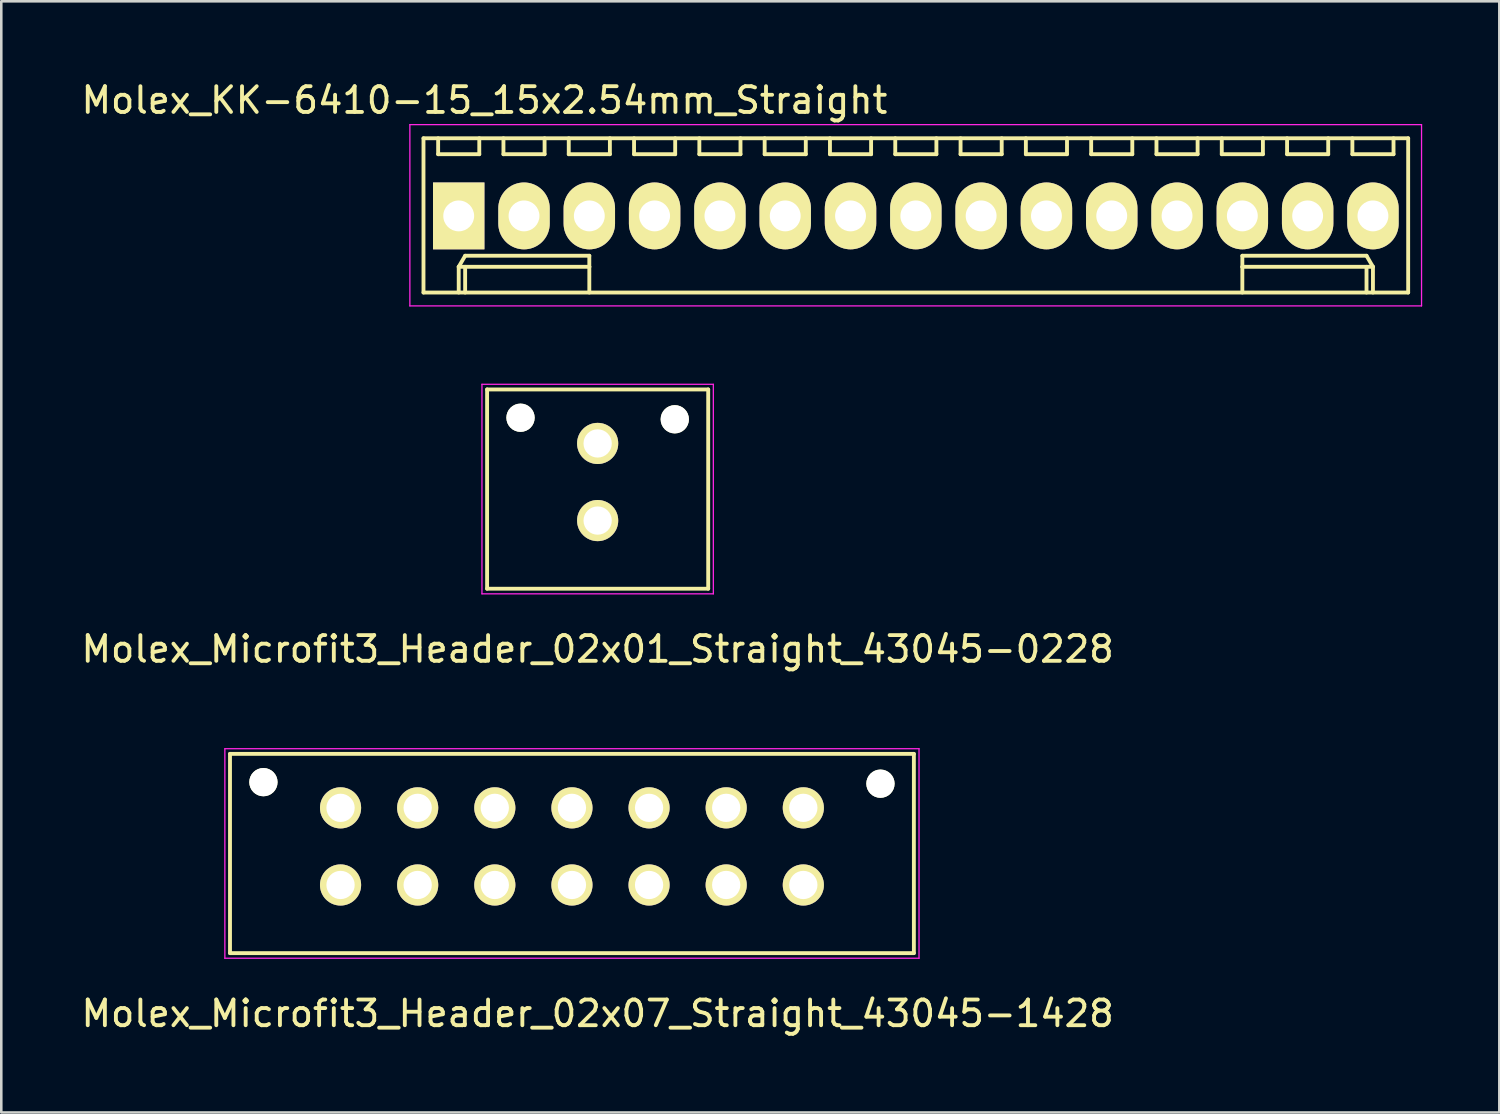
<source format=kicad_pcb>
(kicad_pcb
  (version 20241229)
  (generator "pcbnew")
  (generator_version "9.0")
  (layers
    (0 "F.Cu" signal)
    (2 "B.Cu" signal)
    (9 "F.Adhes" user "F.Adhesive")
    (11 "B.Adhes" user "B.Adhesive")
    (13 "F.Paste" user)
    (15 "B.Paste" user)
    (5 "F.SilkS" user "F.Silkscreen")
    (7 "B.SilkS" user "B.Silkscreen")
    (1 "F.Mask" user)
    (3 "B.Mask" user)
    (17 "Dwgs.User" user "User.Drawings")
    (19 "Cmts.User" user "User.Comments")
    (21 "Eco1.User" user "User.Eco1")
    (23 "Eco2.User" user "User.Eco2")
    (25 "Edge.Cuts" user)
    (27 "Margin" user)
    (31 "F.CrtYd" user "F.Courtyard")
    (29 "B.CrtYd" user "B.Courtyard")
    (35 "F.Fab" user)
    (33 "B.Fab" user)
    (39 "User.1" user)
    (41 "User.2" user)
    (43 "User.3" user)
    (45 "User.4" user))
  (footprint "Molex_Microfit3_Header_02x01_Straight_43045-0228"
    (layer "F.Cu")
    (at 20.196 17.198)
    (property "Reference" "Molex_Microfit3_Header_02x01_Straight_43045-0228" (at 0 5 0) (layer "F.SilkS") (effects (font (size 1 1) (thickness 0.15))))
    (attr through_hole)
    (fp_line (start -4.3 2.65) (end -4.3 -5.1) (stroke (width 0.15) (type solid)) (layer "F.SilkS"))
    (fp_line (start 4.3 -5.1) (end -4.3 -5.1) (stroke (width 0.15) (type solid)) (layer "F.SilkS"))
    (fp_line (start 4.3 2.65) (end -4.3 2.65) (stroke (width 0.15) (type solid)) (layer "F.SilkS"))
    (fp_line (start 4.3 2.65) (end 4.3 -5.1) (stroke (width 0.15) (type solid)) (layer "F.SilkS"))
    (fp_line (start -4.5 2.85) (end -4.5 -5.3) (stroke (width 0.05) (type solid)) (layer "F.CrtYd"))
    (fp_line (start 4.5 -5.3) (end -4.5 -5.3) (stroke (width 0.05) (type solid)) (layer "F.CrtYd"))
    (fp_line (start 4.5 2.85) (end -4.5 2.85) (stroke (width 0.05) (type solid)) (layer "F.CrtYd"))
    (fp_line (start 4.5 2.85) (end 4.5 -5.3) (stroke (width 0.05) (type solid)) (layer "F.CrtYd"))
    (pad "" np_thru_hole circle (at -3 -4) (size 1.1 1.1) (drill 1.1) (layers "*.Cu" "*.Mask" "F.SilkS"))
    (pad "" np_thru_hole circle (at 3 -3.94) (size 1.1 1.1) (drill 1.1) (layers "*.Cu" "*.Mask" "F.SilkS"))
    (pad "1" thru_hole circle (at 0 0) (size 1.6 1.6) (drill 1.1) (layers "*.Cu" "*.Mask" "F.SilkS"))
    (pad "2" thru_hole circle (at 0 -3) (size 1.6 1.6) (drill 1.1) (layers "*.Cu" "*.Mask" "F.SilkS")))
  (footprint "Molex_KK-6410-15_15x2.54mm_Straight"
    (layer "F.Cu")
    (at 14.792 5.348)
    (property "Reference" "Molex_KK-6410-15_15x2.54mm_Straight" (at 1 -4.5 0) (layer "F.SilkS") (effects (font (size 1 1) (thickness 0.15))))
    (attr through_hole)
    (fp_line (start -1.37 -3.02) (end -1.37 2.98) (stroke (width 0.15) (type solid)) (layer "F.SilkS"))
    (fp_line (start -1.37 2.98) (end 36.93 2.98) (stroke (width 0.15) (type solid)) (layer "F.SilkS"))
    (fp_line (start -0.8 -3.02) (end -0.8 -2.4) (stroke (width 0.15) (type solid)) (layer "F.SilkS"))
    (fp_line (start -0.8 -2.4) (end 0.8 -2.4) (stroke (width 0.15) (type solid)) (layer "F.SilkS"))
    (fp_line (start 0 1.98) (end 0.25 1.55) (stroke (width 0.15) (type solid)) (layer "F.SilkS"))
    (fp_line (start 0 1.98) (end 5.08 1.98) (stroke (width 0.15) (type solid)) (layer "F.SilkS"))
    (fp_line (start 0 2.98) (end 0 1.98) (stroke (width 0.15) (type solid)) (layer "F.SilkS"))
    (fp_line (start 0.25 1.55) (end 5.08 1.55) (stroke (width 0.15) (type solid)) (layer "F.SilkS"))
    (fp_line (start 0.25 2.98) (end 0.25 1.98) (stroke (width 0.15) (type solid)) (layer "F.SilkS"))
    (fp_line (start 0.8 -2.4) (end 0.8 -3.02) (stroke (width 0.15) (type solid)) (layer "F.SilkS"))
    (fp_line (start 1.74 -3.02) (end 1.74 -2.4) (stroke (width 0.15) (type solid)) (layer "F.SilkS"))
    (fp_line (start 1.74 -2.4) (end 3.34 -2.4) (stroke (width 0.15) (type solid)) (layer "F.SilkS"))
    (fp_line (start 3.34 -2.4) (end 3.34 -3.02) (stroke (width 0.15) (type solid)) (layer "F.SilkS"))
    (fp_line (start 4.28 -3.02) (end 4.28 -2.4) (stroke (width 0.15) (type solid)) (layer "F.SilkS"))
    (fp_line (start 4.28 -2.4) (end 5.88 -2.4) (stroke (width 0.15) (type solid)) (layer "F.SilkS"))
    (fp_line (start 5.08 1.55) (end 5.08 1.98) (stroke (width 0.15) (type solid)) (layer "F.SilkS"))
    (fp_line (start 5.08 1.98) (end 5.08 2.98) (stroke (width 0.15) (type solid)) (layer "F.SilkS"))
    (fp_line (start 5.88 -2.4) (end 5.88 -3.02) (stroke (width 0.15) (type solid)) (layer "F.SilkS"))
    (fp_line (start 6.82 -3.02) (end 6.82 -2.4) (stroke (width 0.15) (type solid)) (layer "F.SilkS"))
    (fp_line (start 6.82 -2.4) (end 8.42 -2.4) (stroke (width 0.15) (type solid)) (layer "F.SilkS"))
    (fp_line (start 8.42 -2.4) (end 8.42 -3.02) (stroke (width 0.15) (type solid)) (layer "F.SilkS"))
    (fp_line (start 9.36 -3.02) (end 9.36 -2.4) (stroke (width 0.15) (type solid)) (layer "F.SilkS"))
    (fp_line (start 9.36 -2.4) (end 10.96 -2.4) (stroke (width 0.15) (type solid)) (layer "F.SilkS"))
    (fp_line (start 10.96 -2.4) (end 10.96 -3.02) (stroke (width 0.15) (type solid)) (layer "F.SilkS"))
    (fp_line (start 11.9 -3.02) (end 11.9 -2.4) (stroke (width 0.15) (type solid)) (layer "F.SilkS"))
    (fp_line (start 11.9 -2.4) (end 13.5 -2.4) (stroke (width 0.15) (type solid)) (layer "F.SilkS"))
    (fp_line (start 13.5 -2.4) (end 13.5 -3.02) (stroke (width 0.15) (type solid)) (layer "F.SilkS"))
    (fp_line (start 14.44 -3.02) (end 14.44 -2.4) (stroke (width 0.15) (type solid)) (layer "F.SilkS"))
    (fp_line (start 14.44 -2.4) (end 16.04 -2.4) (stroke (width 0.15) (type solid)) (layer "F.SilkS"))
    (fp_line (start 16.04 -2.4) (end 16.04 -3.02) (stroke (width 0.15) (type solid)) (layer "F.SilkS"))
    (fp_line (start 16.98 -3.02) (end 16.98 -2.4) (stroke (width 0.15) (type solid)) (layer "F.SilkS"))
    (fp_line (start 16.98 -2.4) (end 18.58 -2.4) (stroke (width 0.15) (type solid)) (layer "F.SilkS"))
    (fp_line (start 18.58 -2.4) (end 18.58 -3.02) (stroke (width 0.15) (type solid)) (layer "F.SilkS"))
    (fp_line (start 19.52 -3.02) (end 19.52 -2.4) (stroke (width 0.15) (type solid)) (layer "F.SilkS"))
    (fp_line (start 19.52 -2.4) (end 21.12 -2.4) (stroke (width 0.15) (type solid)) (layer "F.SilkS"))
    (fp_line (start 21.12 -2.4) (end 21.12 -3.02) (stroke (width 0.15) (type solid)) (layer "F.SilkS"))
    (fp_line (start 22.06 -3.02) (end 22.06 -2.4) (stroke (width 0.15) (type solid)) (layer "F.SilkS"))
    (fp_line (start 22.06 -2.4) (end 23.66 -2.4) (stroke (width 0.15) (type solid)) (layer "F.SilkS"))
    (fp_line (start 23.66 -2.4) (end 23.66 -3.02) (stroke (width 0.15) (type solid)) (layer "F.SilkS"))
    (fp_line (start 24.6 -3.02) (end 24.6 -2.4) (stroke (width 0.15) (type solid)) (layer "F.SilkS"))
    (fp_line (start 24.6 -2.4) (end 26.2 -2.4) (stroke (width 0.15) (type solid)) (layer "F.SilkS"))
    (fp_line (start 26.2 -2.4) (end 26.2 -3.02) (stroke (width 0.15) (type solid)) (layer "F.SilkS"))
    (fp_line (start 27.14 -3.02) (end 27.14 -2.4) (stroke (width 0.15) (type solid)) (layer "F.SilkS"))
    (fp_line (start 27.14 -2.4) (end 28.74 -2.4) (stroke (width 0.15) (type solid)) (layer "F.SilkS"))
    (fp_line (start 28.74 -2.4) (end 28.74 -3.02) (stroke (width 0.15) (type solid)) (layer "F.SilkS"))
    (fp_line (start 29.68 -3.02) (end 29.68 -2.4) (stroke (width 0.15) (type solid)) (layer "F.SilkS"))
    (fp_line (start 29.68 -2.4) (end 31.28 -2.4) (stroke (width 0.15) (type solid)) (layer "F.SilkS"))
    (fp_line (start 30.48 1.55) (end 30.48 1.98) (stroke (width 0.15) (type solid)) (layer "F.SilkS"))
    (fp_line (start 30.48 1.98) (end 30.48 2.98) (stroke (width 0.15) (type solid)) (layer "F.SilkS"))
    (fp_line (start 31.28 -2.4) (end 31.28 -3.02) (stroke (width 0.15) (type solid)) (layer "F.SilkS"))
    (fp_line (start 32.22 -3.02) (end 32.22 -2.4) (stroke (width 0.15) (type solid)) (layer "F.SilkS"))
    (fp_line (start 32.22 -2.4) (end 33.82 -2.4) (stroke (width 0.15) (type solid)) (layer "F.SilkS"))
    (fp_line (start 33.82 -2.4) (end 33.82 -3.02) (stroke (width 0.15) (type solid)) (layer "F.SilkS"))
    (fp_line (start 34.76 -3.02) (end 34.76 -2.4) (stroke (width 0.15) (type solid)) (layer "F.SilkS"))
    (fp_line (start 34.76 -2.4) (end 36.36 -2.4) (stroke (width 0.15) (type solid)) (layer "F.SilkS"))
    (fp_line (start 35.31 1.55) (end 30.48 1.55) (stroke (width 0.15) (type solid)) (layer "F.SilkS"))
    (fp_line (start 35.31 2.98) (end 35.31 1.98) (stroke (width 0.15) (type solid)) (layer "F.SilkS"))
    (fp_line (start 35.56 1.98) (end 30.48 1.98) (stroke (width 0.15) (type solid)) (layer "F.SilkS"))
    (fp_line (start 35.56 1.98) (end 35.31 1.55) (stroke (width 0.15) (type solid)) (layer "F.SilkS"))
    (fp_line (start 35.56 2.98) (end 35.56 1.98) (stroke (width 0.15) (type solid)) (layer "F.SilkS"))
    (fp_line (start 36.36 -2.4) (end 36.36 -3.02) (stroke (width 0.15) (type solid)) (layer "F.SilkS"))
    (fp_line (start 36.93 -3.02) (end -1.37 -3.02) (stroke (width 0.15) (type solid)) (layer "F.SilkS"))
    (fp_line (start 36.93 2.98) (end 36.93 -3.02) (stroke (width 0.15) (type solid)) (layer "F.SilkS"))
    (fp_line (start -1.9 -3.55) (end 37.45 -3.55) (stroke (width 0.05) (type solid)) (layer "F.CrtYd"))
    (fp_line (start -1.9 3.5) (end -1.9 -3.55) (stroke (width 0.05) (type solid)) (layer "F.CrtYd"))
    (fp_line (start 37.45 -3.55) (end 37.45 3.5) (stroke (width 0.05) (type solid)) (layer "F.CrtYd"))
    (fp_line (start 37.45 3.5) (end -1.9 3.5) (stroke (width 0.05) (type solid)) (layer "F.CrtYd"))
    (pad "1" thru_hole rect (at 0 0) (size 2 2.6) (drill 1.2) (layers "*.Cu" "*.Mask" "F.SilkS"))
    (pad "2" thru_hole oval (at 2.54 0) (size 2 2.6) (drill 1.2) (layers "*.Cu" "*.Mask" "F.SilkS"))
    (pad "3" thru_hole oval (at 5.08 0) (size 2 2.6) (drill 1.2) (layers "*.Cu" "*.Mask" "F.SilkS"))
    (pad "4" thru_hole oval (at 7.62 0) (size 2 2.6) (drill 1.2) (layers "*.Cu" "*.Mask" "F.SilkS"))
    (pad "5" thru_hole oval (at 10.16 0) (size 2 2.6) (drill 1.2) (layers "*.Cu" "*.Mask" "F.SilkS"))
    (pad "6" thru_hole oval (at 12.7 0) (size 2 2.6) (drill 1.2) (layers "*.Cu" "*.Mask" "F.SilkS"))
    (pad "7" thru_hole oval (at 15.24 0) (size 2 2.6) (drill 1.2) (layers "*.Cu" "*.Mask" "F.SilkS"))
    (pad "8" thru_hole oval (at 17.78 0) (size 2 2.6) (drill 1.2) (layers "*.Cu" "*.Mask" "F.SilkS"))
    (pad "9" thru_hole oval (at 20.32 0) (size 2 2.6) (drill 1.2) (layers "*.Cu" "*.Mask" "F.SilkS"))
    (pad "10" thru_hole oval (at 22.86 0) (size 2 2.6) (drill 1.2) (layers "*.Cu" "*.Mask" "F.SilkS"))
    (pad "11" thru_hole oval (at 25.4 0) (size 2 2.6) (drill 1.2) (layers "*.Cu" "*.Mask" "F.SilkS"))
    (pad "12" thru_hole oval (at 27.94 0) (size 2 2.6) (drill 1.2) (layers "*.Cu" "*.Mask" "F.SilkS"))
    (pad "13" thru_hole oval (at 30.48 0) (size 2 2.6) (drill 1.2) (layers "*.Cu" "*.Mask" "F.SilkS"))
    (pad "14" thru_hole oval (at 33.02 0) (size 2 2.6) (drill 1.2) (layers "*.Cu" "*.Mask" "F.SilkS"))
    (pad "15" thru_hole oval (at 35.56 0) (size 2 2.6) (drill 1.2) (layers "*.Cu" "*.Mask" "F.SilkS")))
  (footprint "Molex_Microfit3_Header_02x07_Straight_43045-1428"
    (layer "F.Cu")
    (at 28.196 31.372)
    (property "Reference" "Molex_Microfit3_Header_02x07_Straight_43045-1428" (at -8 5 0) (layer "F.SilkS") (effects (font (size 1 1) (thickness 0.15))))
    (attr through_hole)
    (fp_line (start -22.3 2.65) (end -22.3 -5.1) (stroke (width 0.15) (type solid)) (layer "F.SilkS"))
    (fp_line (start 4.3 -5.1) (end -22.3 -5.1) (stroke (width 0.15) (type solid)) (layer "F.SilkS"))
    (fp_line (start 4.3 2.65) (end -22.3 2.65) (stroke (width 0.15) (type solid)) (layer "F.SilkS"))
    (fp_line (start 4.3 2.65) (end 4.3 -5.1) (stroke (width 0.15) (type solid)) (layer "F.SilkS"))
    (fp_line (start -22.5 2.85) (end -22.5 -5.3) (stroke (width 0.05) (type solid)) (layer "F.CrtYd"))
    (fp_line (start 4.5 -5.3) (end -22.5 -5.3) (stroke (width 0.05) (type solid)) (layer "F.CrtYd"))
    (fp_line (start 4.5 2.85) (end -22.5 2.85) (stroke (width 0.05) (type solid)) (layer "F.CrtYd"))
    (fp_line (start 4.5 2.85) (end 4.5 -5.3) (stroke (width 0.05) (type solid)) (layer "F.CrtYd"))
    (pad "" np_thru_hole circle (at -21 -4) (size 1.1 1.1) (drill 1.1) (layers "*.Cu" "*.Mask" "F.SilkS"))
    (pad "" np_thru_hole circle (at 3 -3.94) (size 1.1 1.1) (drill 1.1) (layers "*.Cu" "*.Mask" "F.SilkS"))
    (pad "1" thru_hole circle (at 0 0) (size 1.6 1.6) (drill 1.1) (layers "*.Cu" "*.Mask" "F.SilkS"))
    (pad "2" thru_hole circle (at -3 0) (size 1.6 1.6) (drill 1.1) (layers "*.Cu" "*.Mask" "F.SilkS"))
    (pad "3" thru_hole circle (at -6 0) (size 1.6 1.6) (drill 1.1) (layers "*.Cu" "*.Mask" "F.SilkS"))
    (pad "4" thru_hole circle (at -9 0) (size 1.6 1.6) (drill 1.1) (layers "*.Cu" "*.Mask" "F.SilkS"))
    (pad "5" thru_hole circle (at -12 0) (size 1.6 1.6) (drill 1.1) (layers "*.Cu" "*.Mask" "F.SilkS"))
    (pad "6" thru_hole circle (at -15 0) (size 1.6 1.6) (drill 1.1) (layers "*.Cu" "*.Mask" "F.SilkS"))
    (pad "7" thru_hole circle (at -18 0) (size 1.6 1.6) (drill 1.1) (layers "*.Cu" "*.Mask" "F.SilkS"))
    (pad "8" thru_hole circle (at 0 -3) (size 1.6 1.6) (drill 1.1) (layers "*.Cu" "*.Mask" "F.SilkS"))
    (pad "9" thru_hole circle (at -3 -3) (size 1.6 1.6) (drill 1.1) (layers "*.Cu" "*.Mask" "F.SilkS"))
    (pad "10" thru_hole circle (at -6 -3) (size 1.6 1.6) (drill 1.1) (layers "*.Cu" "*.Mask" "F.SilkS"))
    (pad "11" thru_hole circle (at -9 -3) (size 1.6 1.6) (drill 1.1) (layers "*.Cu" "*.Mask" "F.SilkS"))
    (pad "12" thru_hole circle (at -12 -3) (size 1.6 1.6) (drill 1.1) (layers "*.Cu" "*.Mask" "F.SilkS"))
    (pad "13" thru_hole circle (at -15 -3) (size 1.6 1.6) (drill 1.1) (layers "*.Cu" "*.Mask" "F.SilkS"))
    (pad "14" thru_hole circle (at -18 -3) (size 1.6 1.6) (drill 1.1) (layers "*.Cu" "*.Mask" "F.SilkS")))
  (gr_rect
    (start -3 -3)
    (end 55.267 40.22)
    (stroke (width 0.1) (type default))
    (fill no)
    (layer "Edge.Cuts")))
</source>
